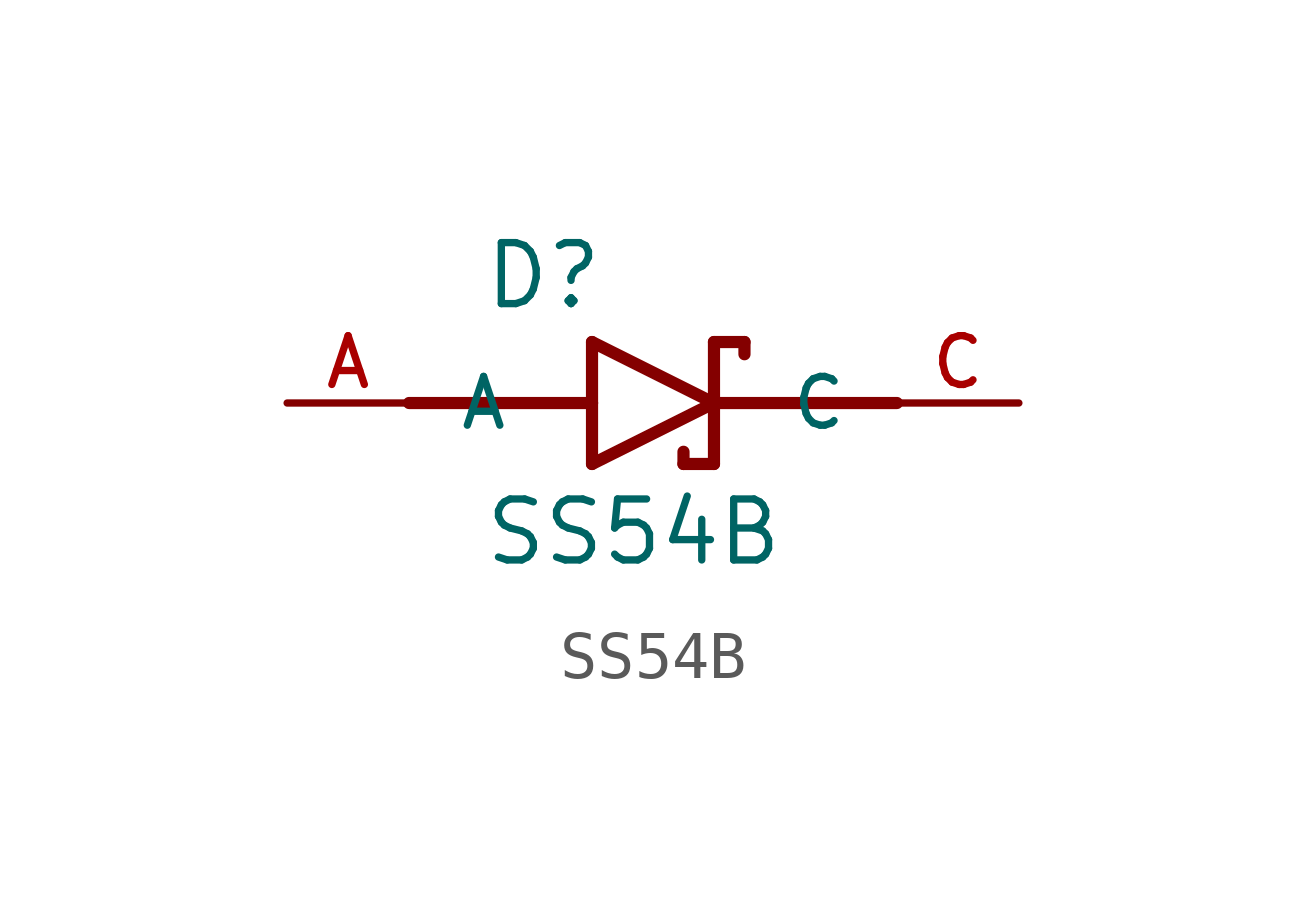
<source format=kicad_sym>
(kicad_symbol_lib
  (version 20211014)
  (generator kicad_symbol_editor)
  (symbol "SS54B"
    (pin_names
      (offset 1.016))
    (property "Reference" "D"
      (at -3.561 1.907 0)
      (effects (font (size 1.27 1.27)) (justify bottom left)))
    (property "Value" "SS54B"
      (at -3.56 -3.432 0)
      (effects (font (size 1.27 1.27)) (justify bottom left)))
    (symbol "SS54B_0_0"
      (polyline (pts (xy -1.27 -1.27) (xy 1.27 0.0)) (stroke (width 0.254)))
      (polyline (pts (xy 1.27 0.0) (xy -1.27 1.27)) (stroke (width 0.254)))
      (polyline (pts (xy 1.905 1.27) (xy 1.27 1.27)) (stroke (width 0.254)))
      (polyline (pts (xy 1.27 1.27) (xy 1.27 0.0)) (stroke (width 0.254)))
      (polyline (pts (xy -1.27 1.27) (xy -1.27 0.0)) (stroke (width 0.254)))
      (polyline (pts (xy -1.27 0.0) (xy -1.27 -1.27)) (stroke (width 0.254)))
      (polyline (pts (xy 1.27 0.0) (xy 1.27 -1.27)) (stroke (width 0.254)))
      (polyline (pts (xy 1.905 1.27) (xy 1.905 1.016)) (stroke (width 0.254)))
      (polyline (pts (xy 1.27 -1.27) (xy 0.635 -1.27)) (stroke (width 0.254)))
      (polyline (pts (xy 0.635 -1.016) (xy 0.635 -1.27)) (stroke (width 0.254)))
      (polyline (pts (xy -5.08 0.0) (xy -1.27 0.0)) (stroke (width 0.254)))
      (polyline (pts (xy 1.27 0.0) (xy 5.08 0.0)) (stroke (width 0.254)))
      (pin passive line (at -7.62 0.0 0) (length 2.54) (name "A" (effects (font (size 1.016 1.016)))) (number "A" (effects (font (size 1.016 1.016)))))
      (pin passive line (at 7.62 0.0 180.0) (length 2.54) (name "C" (effects (font (size 1.016 1.016)))) (number "C" (effects (font (size 1.016 1.016))))))))
</source>
